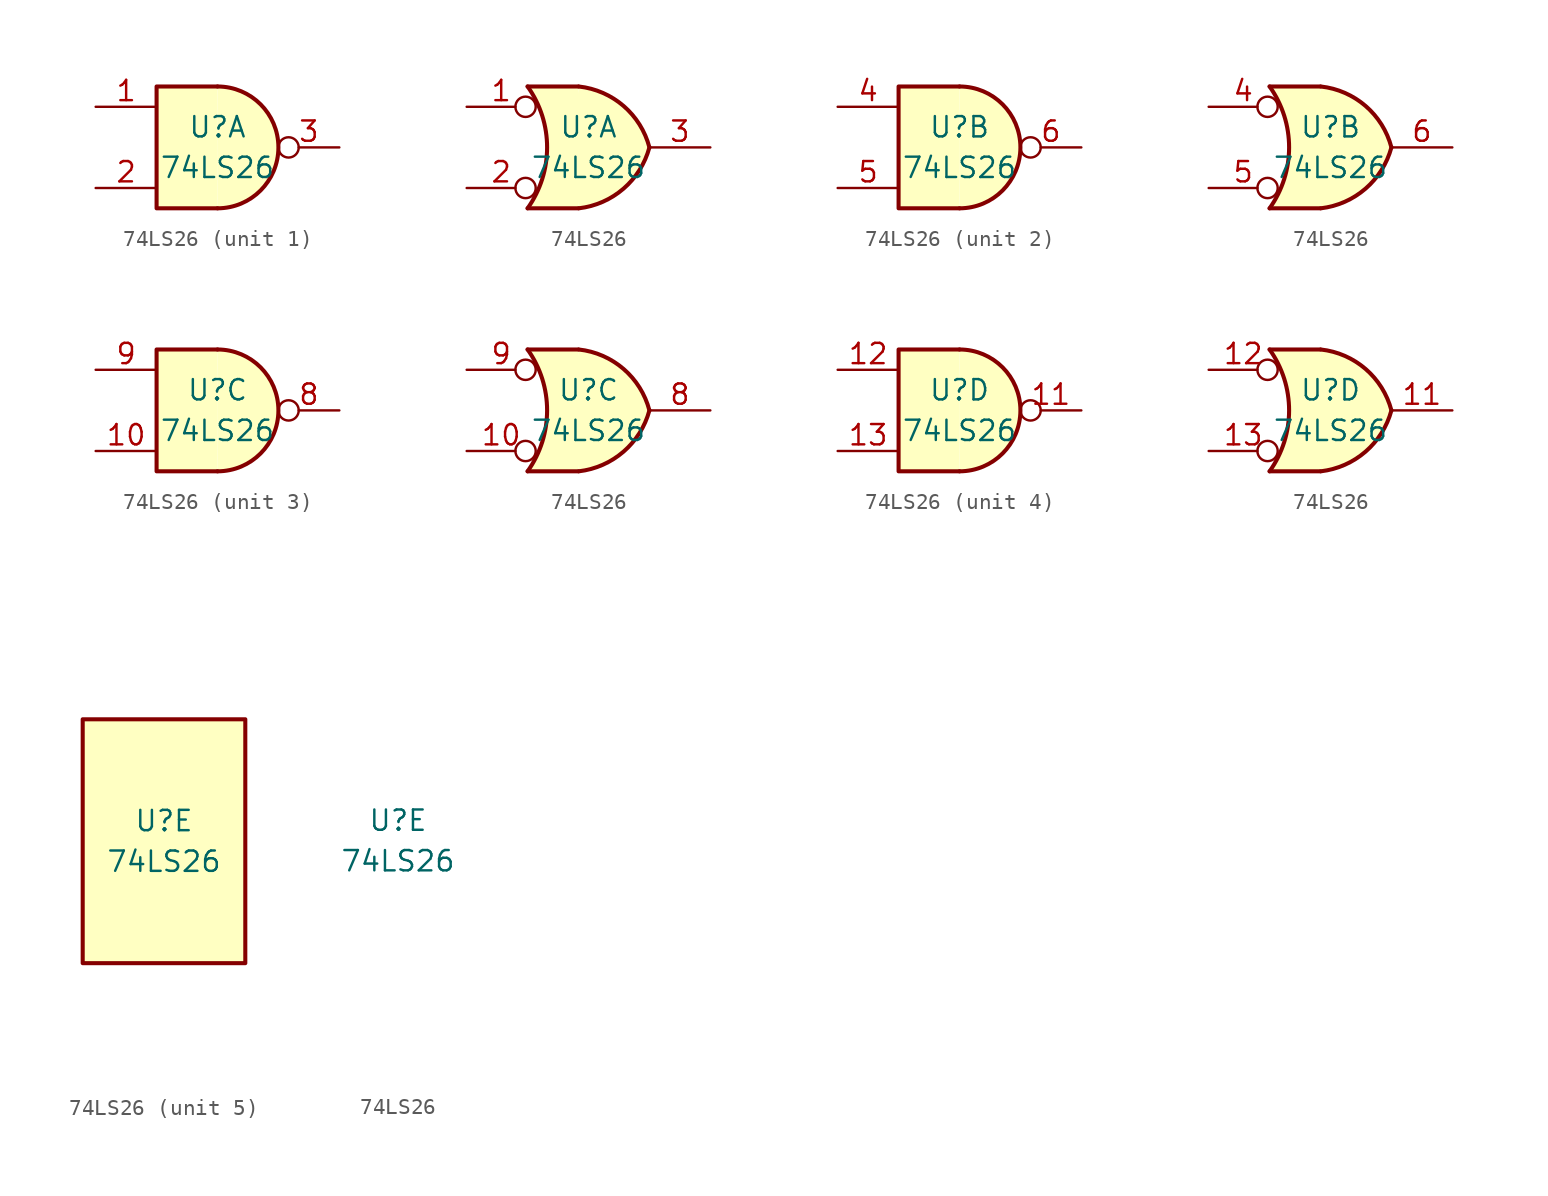
<source format=kicad_sym>
(kicad_symbol_lib
  (version 20211014)
  (generator kicad_symbol_editor)
  (symbol "74LS26"
    (pin_names
      (offset 1.016))
    (property "Reference" "U"
      (at 0 1.27 0)
      (effects (font (size 1.27 1.27))))
    (property "Value" "74LS26"
      (at 0 -1.27 0)
      (effects (font (size 1.27 1.27))))
    (property "ki_locked" ""
      (at 0 0 0)
      (effects (font (size 1.27 1.27))))
    (symbol "74LS26_1_1"
      (arc (start 0 -3.81) (mid 3.81 0) (end 0 3.81) (stroke (width 0.254) (type default) (color 0 0 0 0)) (fill (type background)))
      (polyline (pts (xy 0 3.81) (xy -3.81 3.81) (xy -3.81 -3.81) (xy 0 -3.81)) (stroke (width 0.254) (type default) (color 0 0 0 0)) (fill (type background)))
      (pin input line (at -7.62 2.54 0) (length 3.81) (name "~" (effects (font (size 1.27 1.27)))) (number "1" (effects (font (size 1.27 1.27)))))
      (pin input line (at -7.62 -2.54 0) (length 3.81) (name "~" (effects (font (size 1.27 1.27)))) (number "2" (effects (font (size 1.27 1.27)))))
      (pin open_collector inverted (at 7.62 0 180) (length 3.81) (name "~" (effects (font (size 1.27 1.27)))) (number "3" (effects (font (size 1.27 1.27))))))
    (symbol "74LS26_1_2"
      (arc (start -3.81 -3.81) (mid -2.589 0) (end -3.81 3.81) (stroke (width 0.254) (type default) (color 0 0 0 0)) (fill (type none)))
      (arc (start -0.6096 -3.81) (mid 2.1842 -2.5851) (end 3.81 0) (stroke (width 0.254) (type default) (color 0 0 0 0)) (fill (type background)))
      (polyline (pts (xy -3.81 -3.81) (xy -0.635 -3.81)) (stroke (width 0.254) (type default) (color 0 0 0 0)) (fill (type background)))
      (polyline (pts (xy -3.81 3.81) (xy -0.635 3.81)) (stroke (width 0.254) (type default) (color 0 0 0 0)) (fill (type background)))
      (polyline (pts (xy -0.635 3.81) (xy -3.81 3.81) (xy -3.81 3.81) (xy -3.556 3.404) (xy -3.023 2.261) (xy -2.692 1.041) (xy -2.616 -0.254) (xy -2.769 -1.499) (xy -3.175 -2.718) (xy -3.81 -3.81) (xy -3.81 -3.81) (xy -0.635 -3.81)) (stroke (width -25.4) (type default) (color 0 0 0 0)) (fill (type background)))
      (arc (start 3.81 0) (mid 2.1915 2.5936) (end -0.6096 3.81) (stroke (width 0.254) (type default) (color 0 0 0 0)) (fill (type background)))
      (pin input inverted (at -7.62 2.54 0) (length 4.318) (name "~" (effects (font (size 1.27 1.27)))) (number "1" (effects (font (size 1.27 1.27)))))
      (pin input inverted (at -7.62 -2.54 0) (length 4.318) (name "~" (effects (font (size 1.27 1.27)))) (number "2" (effects (font (size 1.27 1.27)))))
      (pin open_collector line (at 7.62 0 180) (length 3.81) (name "~" (effects (font (size 1.27 1.27)))) (number "3" (effects (font (size 1.27 1.27))))))
    (symbol "74LS26_2_1"
      (arc (start 0 -3.81) (mid 3.81 0) (end 0 3.81) (stroke (width 0.254) (type default) (color 0 0 0 0)) (fill (type background)))
      (polyline (pts (xy 0 3.81) (xy -3.81 3.81) (xy -3.81 -3.81) (xy 0 -3.81)) (stroke (width 0.254) (type default) (color 0 0 0 0)) (fill (type background)))
      (pin input line (at -7.62 2.54 0) (length 3.81) (name "~" (effects (font (size 1.27 1.27)))) (number "4" (effects (font (size 1.27 1.27)))))
      (pin input line (at -7.62 -2.54 0) (length 3.81) (name "~" (effects (font (size 1.27 1.27)))) (number "5" (effects (font (size 1.27 1.27)))))
      (pin open_collector inverted (at 7.62 0 180) (length 3.81) (name "~" (effects (font (size 1.27 1.27)))) (number "6" (effects (font (size 1.27 1.27))))))
    (symbol "74LS26_2_2"
      (arc (start -3.81 -3.81) (mid -2.589 0) (end -3.81 3.81) (stroke (width 0.254) (type default) (color 0 0 0 0)) (fill (type none)))
      (arc (start -0.6096 -3.81) (mid 2.1842 -2.5851) (end 3.81 0) (stroke (width 0.254) (type default) (color 0 0 0 0)) (fill (type background)))
      (polyline (pts (xy -3.81 -3.81) (xy -0.635 -3.81)) (stroke (width 0.254) (type default) (color 0 0 0 0)) (fill (type background)))
      (polyline (pts (xy -3.81 3.81) (xy -0.635 3.81)) (stroke (width 0.254) (type default) (color 0 0 0 0)) (fill (type background)))
      (polyline (pts (xy -0.635 3.81) (xy -3.81 3.81) (xy -3.81 3.81) (xy -3.556 3.404) (xy -3.023 2.261) (xy -2.692 1.041) (xy -2.616 -0.254) (xy -2.769 -1.499) (xy -3.175 -2.718) (xy -3.81 -3.81) (xy -3.81 -3.81) (xy -0.635 -3.81)) (stroke (width -25.4) (type default) (color 0 0 0 0)) (fill (type background)))
      (arc (start 3.81 0) (mid 2.1915 2.5936) (end -0.6096 3.81) (stroke (width 0.254) (type default) (color 0 0 0 0)) (fill (type background)))
      (pin input inverted (at -7.62 2.54 0) (length 4.318) (name "~" (effects (font (size 1.27 1.27)))) (number "4" (effects (font (size 1.27 1.27)))))
      (pin input inverted (at -7.62 -2.54 0) (length 4.318) (name "~" (effects (font (size 1.27 1.27)))) (number "5" (effects (font (size 1.27 1.27)))))
      (pin open_collector line (at 7.62 0 180) (length 3.81) (name "~" (effects (font (size 1.27 1.27)))) (number "6" (effects (font (size 1.27 1.27))))))
    (symbol "74LS26_3_1"
      (arc (start 0 -3.81) (mid 3.81 0) (end 0 3.81) (stroke (width 0.254) (type default) (color 0 0 0 0)) (fill (type background)))
      (polyline (pts (xy 0 3.81) (xy -3.81 3.81) (xy -3.81 -3.81) (xy 0 -3.81)) (stroke (width 0.254) (type default) (color 0 0 0 0)) (fill (type background)))
      (pin input line (at -7.62 -2.54 0) (length 3.81) (name "~" (effects (font (size 1.27 1.27)))) (number "10" (effects (font (size 1.27 1.27)))))
      (pin open_collector inverted (at 7.62 0 180) (length 3.81) (name "~" (effects (font (size 1.27 1.27)))) (number "8" (effects (font (size 1.27 1.27)))))
      (pin input line (at -7.62 2.54 0) (length 3.81) (name "~" (effects (font (size 1.27 1.27)))) (number "9" (effects (font (size 1.27 1.27))))))
    (symbol "74LS26_3_2"
      (arc (start -3.81 -3.81) (mid -2.589 0) (end -3.81 3.81) (stroke (width 0.254) (type default) (color 0 0 0 0)) (fill (type none)))
      (arc (start -0.6096 -3.81) (mid 2.1842 -2.5851) (end 3.81 0) (stroke (width 0.254) (type default) (color 0 0 0 0)) (fill (type background)))
      (polyline (pts (xy -3.81 -3.81) (xy -0.635 -3.81)) (stroke (width 0.254) (type default) (color 0 0 0 0)) (fill (type background)))
      (polyline (pts (xy -3.81 3.81) (xy -0.635 3.81)) (stroke (width 0.254) (type default) (color 0 0 0 0)) (fill (type background)))
      (polyline (pts (xy -0.635 3.81) (xy -3.81 3.81) (xy -3.81 3.81) (xy -3.556 3.404) (xy -3.023 2.261) (xy -2.692 1.041) (xy -2.616 -0.254) (xy -2.769 -1.499) (xy -3.175 -2.718) (xy -3.81 -3.81) (xy -3.81 -3.81) (xy -0.635 -3.81)) (stroke (width -25.4) (type default) (color 0 0 0 0)) (fill (type background)))
      (arc (start 3.81 0) (mid 2.1915 2.5936) (end -0.6096 3.81) (stroke (width 0.254) (type default) (color 0 0 0 0)) (fill (type background)))
      (pin input inverted (at -7.62 -2.54 0) (length 4.318) (name "~" (effects (font (size 1.27 1.27)))) (number "10" (effects (font (size 1.27 1.27)))))
      (pin open_collector line (at 7.62 0 180) (length 3.81) (name "~" (effects (font (size 1.27 1.27)))) (number "8" (effects (font (size 1.27 1.27)))))
      (pin input inverted (at -7.62 2.54 0) (length 4.318) (name "~" (effects (font (size 1.27 1.27)))) (number "9" (effects (font (size 1.27 1.27))))))
    (symbol "74LS26_4_1"
      (arc (start 0 -3.81) (mid 3.81 0) (end 0 3.81) (stroke (width 0.254) (type default) (color 0 0 0 0)) (fill (type background)))
      (polyline (pts (xy 0 3.81) (xy -3.81 3.81) (xy -3.81 -3.81) (xy 0 -3.81)) (stroke (width 0.254) (type default) (color 0 0 0 0)) (fill (type background)))
      (pin open_collector inverted (at 7.62 0 180) (length 3.81) (name "~" (effects (font (size 1.27 1.27)))) (number "11" (effects (font (size 1.27 1.27)))))
      (pin input line (at -7.62 2.54 0) (length 3.81) (name "~" (effects (font (size 1.27 1.27)))) (number "12" (effects (font (size 1.27 1.27)))))
      (pin input line (at -7.62 -2.54 0) (length 3.81) (name "~" (effects (font (size 1.27 1.27)))) (number "13" (effects (font (size 1.27 1.27))))))
    (symbol "74LS26_4_2"
      (arc (start -3.81 -3.81) (mid -2.589 0) (end -3.81 3.81) (stroke (width 0.254) (type default) (color 0 0 0 0)) (fill (type none)))
      (arc (start -0.6096 -3.81) (mid 2.1842 -2.5851) (end 3.81 0) (stroke (width 0.254) (type default) (color 0 0 0 0)) (fill (type background)))
      (polyline (pts (xy -3.81 -3.81) (xy -0.635 -3.81)) (stroke (width 0.254) (type default) (color 0 0 0 0)) (fill (type background)))
      (polyline (pts (xy -3.81 3.81) (xy -0.635 3.81)) (stroke (width 0.254) (type default) (color 0 0 0 0)) (fill (type background)))
      (polyline (pts (xy -0.635 3.81) (xy -3.81 3.81) (xy -3.81 3.81) (xy -3.556 3.404) (xy -3.023 2.261) (xy -2.692 1.041) (xy -2.616 -0.254) (xy -2.769 -1.499) (xy -3.175 -2.718) (xy -3.81 -3.81) (xy -3.81 -3.81) (xy -0.635 -3.81)) (stroke (width -25.4) (type default) (color 0 0 0 0)) (fill (type background)))
      (arc (start 3.81 0) (mid 2.1915 2.5936) (end -0.6096 3.81) (stroke (width 0.254) (type default) (color 0 0 0 0)) (fill (type background)))
      (pin open_collector line (at 7.62 0 180) (length 3.81) (name "~" (effects (font (size 1.27 1.27)))) (number "11" (effects (font (size 1.27 1.27)))))
      (pin input inverted (at -7.62 2.54 0) (length 4.318) (name "~" (effects (font (size 1.27 1.27)))) (number "12" (effects (font (size 1.27 1.27)))))
      (pin input inverted (at -7.62 -2.54 0) (length 4.318) (name "~" (effects (font (size 1.27 1.27)))) (number "13" (effects (font (size 1.27 1.27))))))
    (symbol "74LS26_5_0"
      (pin input line (at 0 12.7 270) (length 5.08) hide (name "VCC" (effects (font (size 1.27 1.27)))) (number "14" (effects (font (size 1.27 1.27)))))
      (pin input line (at 0 -12.7 90) (length 5.08) hide (name "GND" (effects (font (size 1.27 1.27)))) (number "7" (effects (font (size 1.27 1.27))))))
    (symbol "74LS26_5_1"
      (rectangle (start -5.08 7.62) (end 5.08 -7.62) (stroke (width 0.254) (type default) (color 0 0 0 0)) (fill (type background))))))
</source>
